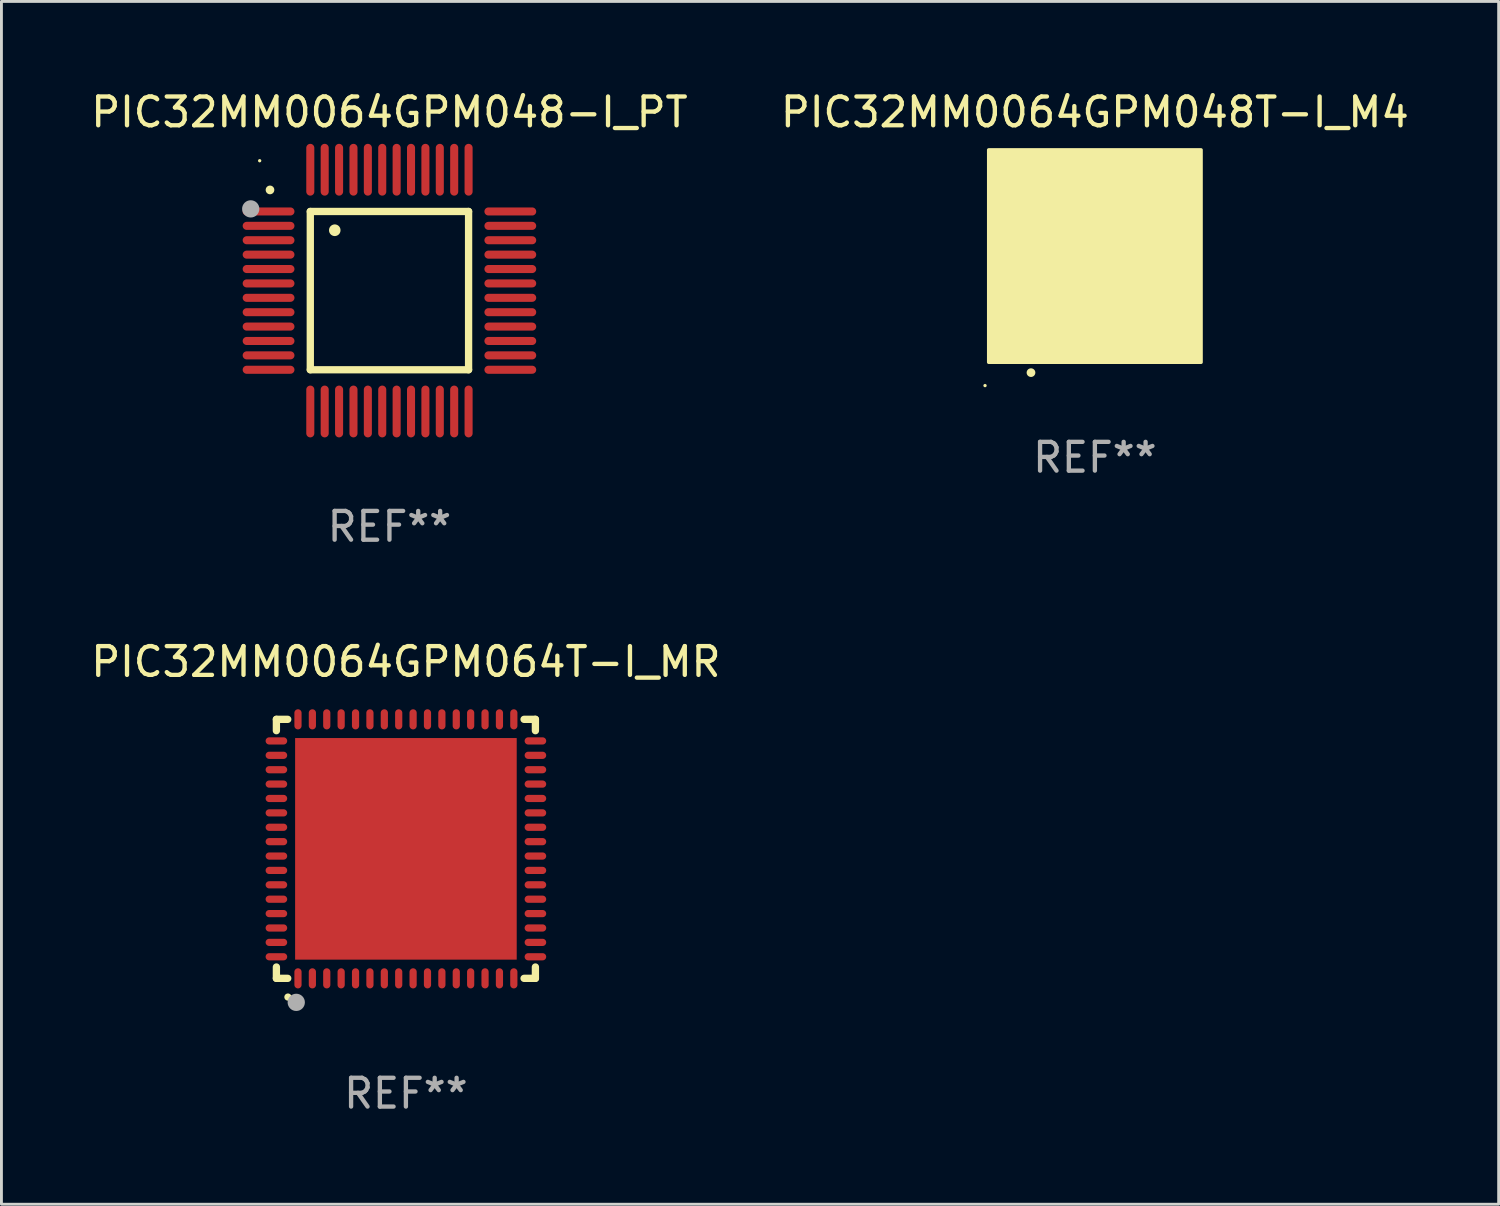
<source format=kicad_pcb>
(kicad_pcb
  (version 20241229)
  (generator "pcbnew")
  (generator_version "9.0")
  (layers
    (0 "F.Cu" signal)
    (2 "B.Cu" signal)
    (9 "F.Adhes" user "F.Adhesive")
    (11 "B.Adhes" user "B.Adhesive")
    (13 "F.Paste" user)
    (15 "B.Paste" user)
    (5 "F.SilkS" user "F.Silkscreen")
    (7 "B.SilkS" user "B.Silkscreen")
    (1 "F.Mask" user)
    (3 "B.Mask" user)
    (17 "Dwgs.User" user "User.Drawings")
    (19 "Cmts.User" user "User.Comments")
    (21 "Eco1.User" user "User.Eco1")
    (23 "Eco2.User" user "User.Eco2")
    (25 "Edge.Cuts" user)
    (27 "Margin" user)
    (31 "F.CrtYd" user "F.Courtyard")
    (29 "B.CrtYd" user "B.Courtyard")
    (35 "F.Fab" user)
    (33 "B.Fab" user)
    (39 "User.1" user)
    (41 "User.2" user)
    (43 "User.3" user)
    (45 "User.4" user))
  (footprint "PIC32MM0064GPM048-I_PT"
    (layer "F.Cu")
    (at 10.482 7.048)
    (property "Reference" "PIC32MM0064GPM048-I_PT" (at 0 -6.2 0) (layer "F.SilkS") (effects (font (size 1 1) (thickness 0.15))))
    (attr through_hole)
    (fp_line (start -2.75 -2.75) (end 2.75 -2.75) (stroke (width 0.254) (type solid)) (layer "F.SilkS"))
    (fp_line (start -2.75 2.75) (end -2.75 -2.75) (stroke (width 0.254) (type solid)) (layer "F.SilkS"))
    (fp_line (start 2.75 -2.75) (end 2.75 2.75) (stroke (width 0.254) (type solid)) (layer "F.SilkS"))
    (fp_line (start 2.75 2.75) (end -2.75 2.75) (stroke (width 0.254) (type solid)) (layer "F.SilkS"))
    (fp_arc (start -4.150368 -3.497587) (mid -4.150373 -3.498857) (end -4.150368 -3.500127) (stroke (width 0.3) (type solid)) (layer "F.SilkS"))
    (fp_arc (start -1.899924 -2.095504) (mid -1.89994 -2.098044) (end -1.899924 -2.100584) (stroke (width 0.4) (type solid)) (layer "F.SilkS"))
    (fp_circle (center -4.509 -4.513) (end -4.479 -4.513) (stroke (width 0.06) (type solid)) (fill no) (layer "F.SilkS"))
    (fp_circle (center -4.82 -2.84) (end -4.67 -2.84) (stroke (width 0.3) (type solid)) (fill no) (layer "F.Fab"))
    (fp_text user "REF**" (at 0 8.2 0) (layer "F.Fab") (effects (font (size 1 1) (thickness 0.15))))
    (pad "1" smd oval (at -4.2 -2.75 90) (size 0.28 1.8) (layers "F.Cu" "F.Mask" "F.Paste"))
    (pad "2" smd oval (at -4.2 -2.25 90) (size 0.28 1.8) (layers "F.Cu" "F.Mask" "F.Paste"))
    (pad "3" smd oval (at -4.2 -1.75 90) (size 0.28 1.8) (layers "F.Cu" "F.Mask" "F.Paste"))
    (pad "4" smd oval (at -4.2 -1.25 90) (size 0.28 1.8) (layers "F.Cu" "F.Mask" "F.Paste"))
    (pad "5" smd oval (at -4.2 -0.75 90) (size 0.28 1.8) (layers "F.Cu" "F.Mask" "F.Paste"))
    (pad "6" smd oval (at -4.2 -0.25 90) (size 0.28 1.8) (layers "F.Cu" "F.Mask" "F.Paste"))
    (pad "7" smd oval (at -4.2 0.25 90) (size 0.28 1.8) (layers "F.Cu" "F.Mask" "F.Paste"))
    (pad "8" smd oval (at -4.2 0.75 90) (size 0.28 1.8) (layers "F.Cu" "F.Mask" "F.Paste"))
    (pad "9" smd oval (at -4.2 1.25 90) (size 0.28 1.8) (layers "F.Cu" "F.Mask" "F.Paste"))
    (pad "10" smd oval (at -4.2 1.75 90) (size 0.28 1.8) (layers "F.Cu" "F.Mask" "F.Paste"))
    (pad "11" smd oval (at -4.2 2.25 90) (size 0.28 1.8) (layers "F.Cu" "F.Mask" "F.Paste"))
    (pad "12" smd oval (at -4.2 2.75 90) (size 0.28 1.8) (layers "F.Cu" "F.Mask" "F.Paste"))
    (pad "13" smd oval (at -2.75 4.2) (size 0.28 1.8) (layers "F.Cu" "F.Mask" "F.Paste"))
    (pad "14" smd oval (at -2.25 4.2) (size 0.28 1.8) (layers "F.Cu" "F.Mask" "F.Paste"))
    (pad "15" smd oval (at -1.75 4.2) (size 0.28 1.8) (layers "F.Cu" "F.Mask" "F.Paste"))
    (pad "16" smd oval (at -1.25 4.2) (size 0.28 1.8) (layers "F.Cu" "F.Mask" "F.Paste"))
    (pad "17" smd oval (at -0.75 4.2) (size 0.28 1.8) (layers "F.Cu" "F.Mask" "F.Paste"))
    (pad "18" smd oval (at -0.25 4.2) (size 0.28 1.8) (layers "F.Cu" "F.Mask" "F.Paste"))
    (pad "19" smd oval (at 0.25 4.2) (size 0.28 1.8) (layers "F.Cu" "F.Mask" "F.Paste"))
    (pad "20" smd oval (at 0.75 4.2) (size 0.28 1.8) (layers "F.Cu" "F.Mask" "F.Paste"))
    (pad "21" smd oval (at 1.25 4.2) (size 0.28 1.8) (layers "F.Cu" "F.Mask" "F.Paste"))
    (pad "22" smd oval (at 1.75 4.2) (size 0.28 1.8) (layers "F.Cu" "F.Mask" "F.Paste"))
    (pad "23" smd oval (at 2.25 4.2) (size 0.28 1.8) (layers "F.Cu" "F.Mask" "F.Paste"))
    (pad "24" smd oval (at 2.75 4.2) (size 0.28 1.8) (layers "F.Cu" "F.Mask" "F.Paste"))
    (pad "25" smd oval (at 4.2 2.75 90) (size 0.28 1.8) (layers "F.Cu" "F.Mask" "F.Paste"))
    (pad "26" smd oval (at 4.2 2.25 90) (size 0.28 1.8) (layers "F.Cu" "F.Mask" "F.Paste"))
    (pad "27" smd oval (at 4.2 1.75 90) (size 0.28 1.8) (layers "F.Cu" "F.Mask" "F.Paste"))
    (pad "28" smd oval (at 4.2 1.25 90) (size 0.28 1.8) (layers "F.Cu" "F.Mask" "F.Paste"))
    (pad "29" smd oval (at 4.2 0.75 90) (size 0.28 1.8) (layers "F.Cu" "F.Mask" "F.Paste"))
    (pad "30" smd oval (at 4.2 0.25 90) (size 0.28 1.8) (layers "F.Cu" "F.Mask" "F.Paste"))
    (pad "31" smd oval (at 4.2 -0.25 90) (size 0.28 1.8) (layers "F.Cu" "F.Mask" "F.Paste"))
    (pad "32" smd oval (at 4.2 -0.75 90) (size 0.28 1.8) (layers "F.Cu" "F.Mask" "F.Paste"))
    (pad "33" smd oval (at 4.2 -1.25 90) (size 0.28 1.8) (layers "F.Cu" "F.Mask" "F.Paste"))
    (pad "34" smd oval (at 4.2 -1.75 90) (size 0.28 1.8) (layers "F.Cu" "F.Mask" "F.Paste"))
    (pad "35" smd oval (at 4.2 -2.25 90) (size 0.28 1.8) (layers "F.Cu" "F.Mask" "F.Paste"))
    (pad "36" smd oval (at 4.2 -2.75 90) (size 0.28 1.8) (layers "F.Cu" "F.Mask" "F.Paste"))
    (pad "37" smd oval (at 2.75 -4.2) (size 0.28 1.8) (layers "F.Cu" "F.Mask" "F.Paste"))
    (pad "38" smd oval (at 2.25 -4.2) (size 0.28 1.8) (layers "F.Cu" "F.Mask" "F.Paste"))
    (pad "39" smd oval (at 1.75 -4.2) (size 0.28 1.8) (layers "F.Cu" "F.Mask" "F.Paste"))
    (pad "40" smd oval (at 1.25 -4.2) (size 0.28 1.8) (layers "F.Cu" "F.Mask" "F.Paste"))
    (pad "41" smd oval (at 0.75 -4.2) (size 0.28 1.8) (layers "F.Cu" "F.Mask" "F.Paste"))
    (pad "42" smd oval (at 0.25 -4.2) (size 0.28 1.8) (layers "F.Cu" "F.Mask" "F.Paste"))
    (pad "43" smd oval (at -0.25 -4.2) (size 0.28 1.8) (layers "F.Cu" "F.Mask" "F.Paste"))
    (pad "44" smd oval (at -0.75 -4.2) (size 0.28 1.8) (layers "F.Cu" "F.Mask" "F.Paste"))
    (pad "45" smd oval (at -1.25 -4.2) (size 0.28 1.8) (layers "F.Cu" "F.Mask" "F.Paste"))
    (pad "46" smd oval (at -1.75 -4.2) (size 0.28 1.8) (layers "F.Cu" "F.Mask" "F.Paste"))
    (pad "47" smd oval (at -2.25 -4.2) (size 0.28 1.8) (layers "F.Cu" "F.Mask" "F.Paste"))
    (pad "48" smd oval (at -2.75 -4.2) (size 0.28 1.8) (layers "F.Cu" "F.Mask" "F.Paste")))
  (footprint "PIC32MM0064GPM064T-I_MR"
    (layer "F.Cu")
    (at 11.054 26.445)
    (property "Reference" "PIC32MM0064GPM064T-I_MR" (at 0 -6.5 0) (layer "F.SilkS") (effects (font (size 1 1) (thickness 0.15))))
    (attr through_hole)
    (fp_line (start -4.5 -4.5) (end -4.106 -4.5) (stroke (width 0.254) (type solid)) (layer "F.SilkS"))
    (fp_line (start -4.5 -4.106) (end -4.5 -4.5) (stroke (width 0.254) (type solid)) (layer "F.SilkS"))
    (fp_line (start -4.5 4.5) (end -4.5 4.106) (stroke (width 0.254) (type solid)) (layer "F.SilkS"))
    (fp_line (start -4.106 4.5) (end -4.5 4.5) (stroke (width 0.254) (type solid)) (layer "F.SilkS"))
    (fp_line (start 4.106 -4.5) (end 4.5 -4.5) (stroke (width 0.254) (type solid)) (layer "F.SilkS"))
    (fp_line (start 4.5 -4.5) (end 4.5 -4.106) (stroke (width 0.254) (type solid)) (layer "F.SilkS"))
    (fp_line (start 4.5 4.106) (end 4.5 4.5) (stroke (width 0.254) (type solid)) (layer "F.SilkS"))
    (fp_line (start 4.5 4.5) (end 4.106 4.5) (stroke (width 0.254) (type solid)) (layer "F.SilkS"))
    (fp_arc (start -4.099987 5.149898) (mid -4.098717 5.149892) (end -4.097447 5.149898) (stroke (width 0.24892) (type solid)) (layer "F.SilkS"))
    (fp_circle (center -4.5 4.5) (end -4.47 4.5) (stroke (width 0.06) (type solid)) (fill no) (layer "F.SilkS"))
    (fp_circle (center -3.81 5.334) (end -3.66 5.334) (stroke (width 0.3) (type solid)) (fill no) (layer "F.Fab"))
    (fp_text user "REF**" (at 0 8.5 0) (layer "F.Fab") (effects (font (size 1 1) (thickness 0.15))))
    (pad "1" smd oval (at -3.75 4.5) (size 0.25 0.7) (layers "F.Cu" "F.Mask" "F.Paste"))
    (pad "2" smd oval (at -3.25 4.5) (size 0.25 0.7) (layers "F.Cu" "F.Mask" "F.Paste"))
    (pad "3" smd oval (at -2.75 4.5) (size 0.25 0.7) (layers "F.Cu" "F.Mask" "F.Paste"))
    (pad "4" smd oval (at -2.25 4.5) (size 0.25 0.7) (layers "F.Cu" "F.Mask" "F.Paste"))
    (pad "5" smd oval (at -1.75 4.5) (size 0.25 0.7) (layers "F.Cu" "F.Mask" "F.Paste"))
    (pad "6" smd oval (at -1.25 4.5) (size 0.25 0.7) (layers "F.Cu" "F.Mask" "F.Paste"))
    (pad "7" smd oval (at -0.75 4.5) (size 0.25 0.7) (layers "F.Cu" "F.Mask" "F.Paste"))
    (pad "8" smd oval (at -0.25 4.5) (size 0.25 0.7) (layers "F.Cu" "F.Mask" "F.Paste"))
    (pad "9" smd oval (at 0.25 4.5) (size 0.25 0.7) (layers "F.Cu" "F.Mask" "F.Paste"))
    (pad "10" smd oval (at 0.75 4.5) (size 0.25 0.7) (layers "F.Cu" "F.Mask" "F.Paste"))
    (pad "11" smd oval (at 1.25 4.5) (size 0.25 0.7) (layers "F.Cu" "F.Mask" "F.Paste"))
    (pad "12" smd oval (at 1.75 4.5) (size 0.25 0.7) (layers "F.Cu" "F.Mask" "F.Paste"))
    (pad "13" smd oval (at 2.25 4.5) (size 0.25 0.7) (layers "F.Cu" "F.Mask" "F.Paste"))
    (pad "14" smd oval (at 2.75 4.5) (size 0.25 0.7) (layers "F.Cu" "F.Mask" "F.Paste"))
    (pad "15" smd oval (at 3.25 4.5) (size 0.25 0.7) (layers "F.Cu" "F.Mask" "F.Paste"))
    (pad "16" smd oval (at 3.75 4.5) (size 0.25 0.7) (layers "F.Cu" "F.Mask" "F.Paste"))
    (pad "17" smd oval (at 4.5 3.75) (size 0.75 0.25) (layers "F.Cu" "F.Mask" "F.Paste"))
    (pad "18" smd oval (at 4.5 3.25) (size 0.75 0.25) (layers "F.Cu" "F.Mask" "F.Paste"))
    (pad "19" smd oval (at 4.5 2.75) (size 0.75 0.25) (layers "F.Cu" "F.Mask" "F.Paste"))
    (pad "20" smd oval (at 4.5 2.25) (size 0.75 0.25) (layers "F.Cu" "F.Mask" "F.Paste"))
    (pad "21" smd oval (at 4.5 1.75) (size 0.75 0.25) (layers "F.Cu" "F.Mask" "F.Paste"))
    (pad "22" smd oval (at 4.5 1.25) (size 0.75 0.25) (layers "F.Cu" "F.Mask" "F.Paste"))
    (pad "23" smd oval (at 4.5 0.75) (size 0.75 0.25) (layers "F.Cu" "F.Mask" "F.Paste"))
    (pad "24" smd oval (at 4.5 0.25) (size 0.75 0.25) (layers "F.Cu" "F.Mask" "F.Paste"))
    (pad "25" smd oval (at 4.5 -0.25) (size 0.75 0.25) (layers "F.Cu" "F.Mask" "F.Paste"))
    (pad "26" smd oval (at 4.5 -0.75) (size 0.75 0.25) (layers "F.Cu" "F.Mask" "F.Paste"))
    (pad "27" smd oval (at 4.5 -1.25) (size 0.75 0.25) (layers "F.Cu" "F.Mask" "F.Paste"))
    (pad "28" smd oval (at 4.5 -1.75) (size 0.75 0.25) (layers "F.Cu" "F.Mask" "F.Paste"))
    (pad "29" smd oval (at 4.5 -2.25) (size 0.75 0.25) (layers "F.Cu" "F.Mask" "F.Paste"))
    (pad "30" smd oval (at 4.5 -2.75) (size 0.75 0.25) (layers "F.Cu" "F.Mask" "F.Paste"))
    (pad "31" smd oval (at 4.5 -3.25) (size 0.75 0.25) (layers "F.Cu" "F.Mask" "F.Paste"))
    (pad "32" smd oval (at 4.5 -3.75) (size 0.75 0.25) (layers "F.Cu" "F.Mask" "F.Paste"))
    (pad "33" smd oval (at 3.75 -4.5) (size 0.25 0.7) (layers "F.Cu" "F.Mask" "F.Paste"))
    (pad "34" smd oval (at 3.25 -4.5) (size 0.25 0.7) (layers "F.Cu" "F.Mask" "F.Paste"))
    (pad "35" smd oval (at 2.75 -4.5) (size 0.25 0.7) (layers "F.Cu" "F.Mask" "F.Paste"))
    (pad "36" smd oval (at 2.25 -4.5) (size 0.25 0.7) (layers "F.Cu" "F.Mask" "F.Paste"))
    (pad "37" smd oval (at 1.75 -4.5) (size 0.25 0.7) (layers "F.Cu" "F.Mask" "F.Paste"))
    (pad "38" smd oval (at 1.25 -4.5) (size 0.25 0.7) (layers "F.Cu" "F.Mask" "F.Paste"))
    (pad "39" smd oval (at 0.75 -4.5) (size 0.25 0.7) (layers "F.Cu" "F.Mask" "F.Paste"))
    (pad "40" smd oval (at 0.25 -4.5) (size 0.25 0.7) (layers "F.Cu" "F.Mask" "F.Paste"))
    (pad "41" smd oval (at -0.25 -4.5) (size 0.25 0.7) (layers "F.Cu" "F.Mask" "F.Paste"))
    (pad "42" smd oval (at -0.75 -4.5) (size 0.25 0.7) (layers "F.Cu" "F.Mask" "F.Paste"))
    (pad "43" smd oval (at -1.25 -4.5) (size 0.25 0.7) (layers "F.Cu" "F.Mask" "F.Paste"))
    (pad "44" smd oval (at -1.75 -4.5) (size 0.25 0.7) (layers "F.Cu" "F.Mask" "F.Paste"))
    (pad "45" smd oval (at -2.25 -4.5) (size 0.25 0.7) (layers "F.Cu" "F.Mask" "F.Paste"))
    (pad "46" smd oval (at -2.75 -4.5) (size 0.25 0.7) (layers "F.Cu" "F.Mask" "F.Paste"))
    (pad "47" smd oval (at -3.25 -4.5) (size 0.25 0.7) (layers "F.Cu" "F.Mask" "F.Paste"))
    (pad "48" smd oval (at -3.75 -4.5) (size 0.25 0.7) (layers "F.Cu" "F.Mask" "F.Paste"))
    (pad "49" smd oval (at -4.5 -3.75) (size 0.75 0.25) (layers "F.Cu" "F.Mask" "F.Paste"))
    (pad "50" smd oval (at -4.5 -3.25) (size 0.75 0.25) (layers "F.Cu" "F.Mask" "F.Paste"))
    (pad "51" smd oval (at -4.5 -2.75) (size 0.75 0.25) (layers "F.Cu" "F.Mask" "F.Paste"))
    (pad "52" smd oval (at -4.5 -2.25) (size 0.75 0.25) (layers "F.Cu" "F.Mask" "F.Paste"))
    (pad "53" smd oval (at -4.5 -1.75) (size 0.75 0.25) (layers "F.Cu" "F.Mask" "F.Paste"))
    (pad "54" smd oval (at -4.5 -1.25) (size 0.75 0.25) (layers "F.Cu" "F.Mask" "F.Paste"))
    (pad "55" smd oval (at -4.5 -0.75) (size 0.75 0.25) (layers "F.Cu" "F.Mask" "F.Paste"))
    (pad "56" smd oval (at -4.5 -0.25) (size 0.75 0.25) (layers "F.Cu" "F.Mask" "F.Paste"))
    (pad "57" smd oval (at -4.5 0.25) (size 0.75 0.25) (layers "F.Cu" "F.Mask" "F.Paste"))
    (pad "58" smd oval (at -4.5 0.75) (size 0.75 0.25) (layers "F.Cu" "F.Mask" "F.Paste"))
    (pad "59" smd oval (at -4.5 1.25) (size 0.75 0.25) (layers "F.Cu" "F.Mask" "F.Paste"))
    (pad "60" smd oval (at -4.5 1.75) (size 0.75 0.25) (layers "F.Cu" "F.Mask" "F.Paste"))
    (pad "61" smd oval (at -4.5 2.25) (size 0.75 0.25) (layers "F.Cu" "F.Mask" "F.Paste"))
    (pad "62" smd oval (at -4.5 2.75) (size 0.75 0.25) (layers "F.Cu" "F.Mask" "F.Paste"))
    (pad "63" smd oval (at -4.5 3.25) (size 0.75 0.25) (layers "F.Cu" "F.Mask" "F.Paste"))
    (pad "64" smd oval (at -4.5 3.75) (size 0.75 0.25) (layers "F.Cu" "F.Mask" "F.Paste"))
    (pad "65" smd rect (at 0.000394 -0.000013) (size 7.7 7.7) (layers "F.Cu" "F.Mask" "F.Paste")))
  (footprint "PIC32MM0064GPM048T-I_M4"
    (layer "F.Cu")
    (at 34.994 5.848)
    (property "Reference" "PIC32MM0064GPM048T-I_M4" (at 0 -5 0) (layer "F.SilkS") (effects (font (size 1 1) (thickness 0.15))))
    (attr through_hole)
    (fp_arc (start -2.221158 4.050013) (mid -2.219888 4.050008) (end -2.218618 4.050013) (stroke (width 0.3) (type solid)) (layer "F.SilkS"))
    (fp_circle (center -3.817 4.5) (end -3.787 4.5) (stroke (width 0.06) (type solid)) (fill no) (layer "F.SilkS"))
    (fp_poly (pts (xy -3.69 -3.69) (xy 3.69 -3.69) (xy 3.69 3.69) (xy -3.69 3.69)) (stroke (width 0.12) (type solid)) (fill yes) (layer "F.SilkS"))
    (fp_text user "REF**" (at 0 7 0) (layer "F.Fab") (effects (font (size 1 1) (thickness 0.15))))
    (pad "1" smd oval (at -2.201 3) (size 0.2 0.95) (layers "F.Cu" "F.Mask" "F.Paste"))
    (pad "2" smd oval (at -1.8 3) (size 0.2 0.95) (layers "F.Cu" "F.Mask" "F.Paste"))
    (pad "3" smd oval (at -1.401 3) (size 0.2 0.95) (layers "F.Cu" "F.Mask" "F.Paste"))
    (pad "4" smd oval (at -0.999 3) (size 0.2 0.95) (layers "F.Cu" "F.Mask" "F.Paste"))
    (pad "5" smd oval (at -0.601 3) (size 0.2 0.95) (layers "F.Cu" "F.Mask" "F.Paste"))
    (pad "6" smd oval (at -0.199 3) (size 0.2 0.95) (layers "F.Cu" "F.Mask" "F.Paste"))
    (pad "7" smd oval (at 0.199 3) (size 0.2 0.95) (layers "F.Cu" "F.Mask" "F.Paste"))
    (pad "8" smd oval (at 0.601 3) (size 0.2 0.95) (layers "F.Cu" "F.Mask" "F.Paste"))
    (pad "9" smd oval (at 0.999 3) (size 0.2 0.95) (layers "F.Cu" "F.Mask" "F.Paste"))
    (pad "10" smd oval (at 1.401 3) (size 0.2 0.95) (layers "F.Cu" "F.Mask" "F.Paste"))
    (pad "11" smd oval (at 1.8 3) (size 0.2 0.95) (layers "F.Cu" "F.Mask" "F.Paste"))
    (pad "12" smd oval (at 2.201 3) (size 0.2 0.95) (layers "F.Cu" "F.Mask" "F.Paste"))
    (pad "13" smd oval (at 3 2.198 90) (size 0.2 0.95) (layers "F.Cu" "F.Mask" "F.Paste"))
    (pad "14" smd oval (at 3 1.8 90) (size 0.2 0.95) (layers "F.Cu" "F.Mask" "F.Paste"))
    (pad "15" smd oval (at 3 1.401 90) (size 0.2 0.95) (layers "F.Cu" "F.Mask" "F.Paste"))
    (pad "16" smd oval (at 3 0.999 90) (size 0.2 0.95) (layers "F.Cu" "F.Mask" "F.Paste"))
    (pad "17" smd oval (at 3 0.601 90) (size 0.2 0.95) (layers "F.Cu" "F.Mask" "F.Paste"))
    (pad "18" smd oval (at 3 0.199 90) (size 0.2 0.95) (layers "F.Cu" "F.Mask" "F.Paste"))
    (pad "19" smd oval (at 3 -0.199 90) (size 0.2 0.95) (layers "F.Cu" "F.Mask" "F.Paste"))
    (pad "20" smd oval (at 3 -0.601 90) (size 0.2 0.95) (layers "F.Cu" "F.Mask" "F.Paste"))
    (pad "21" smd oval (at 3 -0.999 90) (size 0.2 0.95) (layers "F.Cu" "F.Mask" "F.Paste"))
    (pad "22" smd oval (at 3 -1.401 90) (size 0.2 0.95) (layers "F.Cu" "F.Mask" "F.Paste"))
    (pad "23" smd oval (at 3 -1.8 90) (size 0.2 0.95) (layers "F.Cu" "F.Mask" "F.Paste"))
    (pad "24" smd oval (at 3 -2.201 90) (size 0.2 0.95) (layers "F.Cu" "F.Mask" "F.Paste"))
    (pad "25" smd oval (at 2.201 -3 180) (size 0.2 0.95) (layers "F.Cu" "F.Mask" "F.Paste"))
    (pad "26" smd oval (at 1.8 -3 180) (size 0.2 0.95) (layers "F.Cu" "F.Mask" "F.Paste"))
    (pad "27" smd oval (at 1.401 -3 180) (size 0.2 0.95) (layers "F.Cu" "F.Mask" "F.Paste"))
    (pad "28" smd oval (at 0.999 -3 180) (size 0.2 0.95) (layers "F.Cu" "F.Mask" "F.Paste"))
    (pad "29" smd oval (at 0.601 -3 180) (size 0.2 0.95) (layers "F.Cu" "F.Mask" "F.Paste"))
    (pad "30" smd oval (at 0.199 -3 180) (size 0.2 0.95) (layers "F.Cu" "F.Mask" "F.Paste"))
    (pad "31" smd oval (at -0.199 -3 180) (size 0.2 0.95) (layers "F.Cu" "F.Mask" "F.Paste"))
    (pad "32" smd oval (at -0.601 -3 180) (size 0.2 0.95) (layers "F.Cu" "F.Mask" "F.Paste"))
    (pad "33" smd oval (at -0.999 -3 180) (size 0.2 0.95) (layers "F.Cu" "F.Mask" "F.Paste"))
    (pad "34" smd oval (at -1.401 -3 180) (size 0.2 0.95) (layers "F.Cu" "F.Mask" "F.Paste"))
    (pad "35" smd oval (at -1.8 -3 180) (size 0.2 0.95) (layers "F.Cu" "F.Mask" "F.Paste"))
    (pad "36" smd oval (at -2.201 -3 180) (size 0.2 0.95) (layers "F.Cu" "F.Mask" "F.Paste"))
    (pad "37" smd oval (at -3 -2.201 270) (size 0.2 0.95) (layers "F.Cu" "F.Mask" "F.Paste"))
    (pad "38" smd oval (at -3 -1.8 270) (size 0.2 0.95) (layers "F.Cu" "F.Mask" "F.Paste"))
    (pad "39" smd oval (at -3 -1.401 270) (size 0.2 0.95) (layers "F.Cu" "F.Mask" "F.Paste"))
    (pad "40" smd oval (at -3 -0.999 270) (size 0.2 0.95) (layers "F.Cu" "F.Mask" "F.Paste"))
    (pad "41" smd oval (at -3 -0.601 270) (size 0.2 0.95) (layers "F.Cu" "F.Mask" "F.Paste"))
    (pad "42" smd oval (at -3 -0.199 270) (size 0.2 0.95) (layers "F.Cu" "F.Mask" "F.Paste"))
    (pad "43" smd oval (at -3 0.199 270) (size 0.2 0.95) (layers "F.Cu" "F.Mask" "F.Paste"))
    (pad "44" smd oval (at -3 0.601 270) (size 0.2 0.95) (layers "F.Cu" "F.Mask" "F.Paste"))
    (pad "45" smd oval (at -3 0.999 270) (size 0.2 0.95) (layers "F.Cu" "F.Mask" "F.Paste"))
    (pad "46" smd oval (at -3 1.401 270) (size 0.2 0.95) (layers "F.Cu" "F.Mask" "F.Paste"))
    (pad "47" smd oval (at -3 1.8 270) (size 0.2 0.95) (layers "F.Cu" "F.Mask" "F.Paste"))
    (pad "48" smd oval (at -3 2.198 270) (size 0.2 0.95) (layers "F.Cu" "F.Mask" "F.Paste"))
    (pad "49" smd rect (at -3 -3 90) (size 0.9 0.9) (layers "F.Cu" "F.Mask" "F.Paste"))
    (pad "49" smd rect (at -3 3 90) (size 0.9 0.9) (layers "F.Cu" "F.Mask" "F.Paste"))
    (pad "49" smd rect (at -0.001 -0.001 90) (size 4.6 4.6) (layers "F.Cu" "F.Mask" "F.Paste"))
    (pad "49" smd rect (at 3 -3 90) (size 0.9 0.9) (layers "F.Cu" "F.Mask" "F.Paste"))
    (pad "49" smd rect (at 3 3 90) (size 0.9 0.9) (layers "F.Cu" "F.Mask" "F.Paste")))
  (gr_rect
    (start -3 -3)
    (end 49.024 38.793)
    (stroke (width 0.1) (type default))
    (fill no)
    (layer "Edge.Cuts")))
</source>
